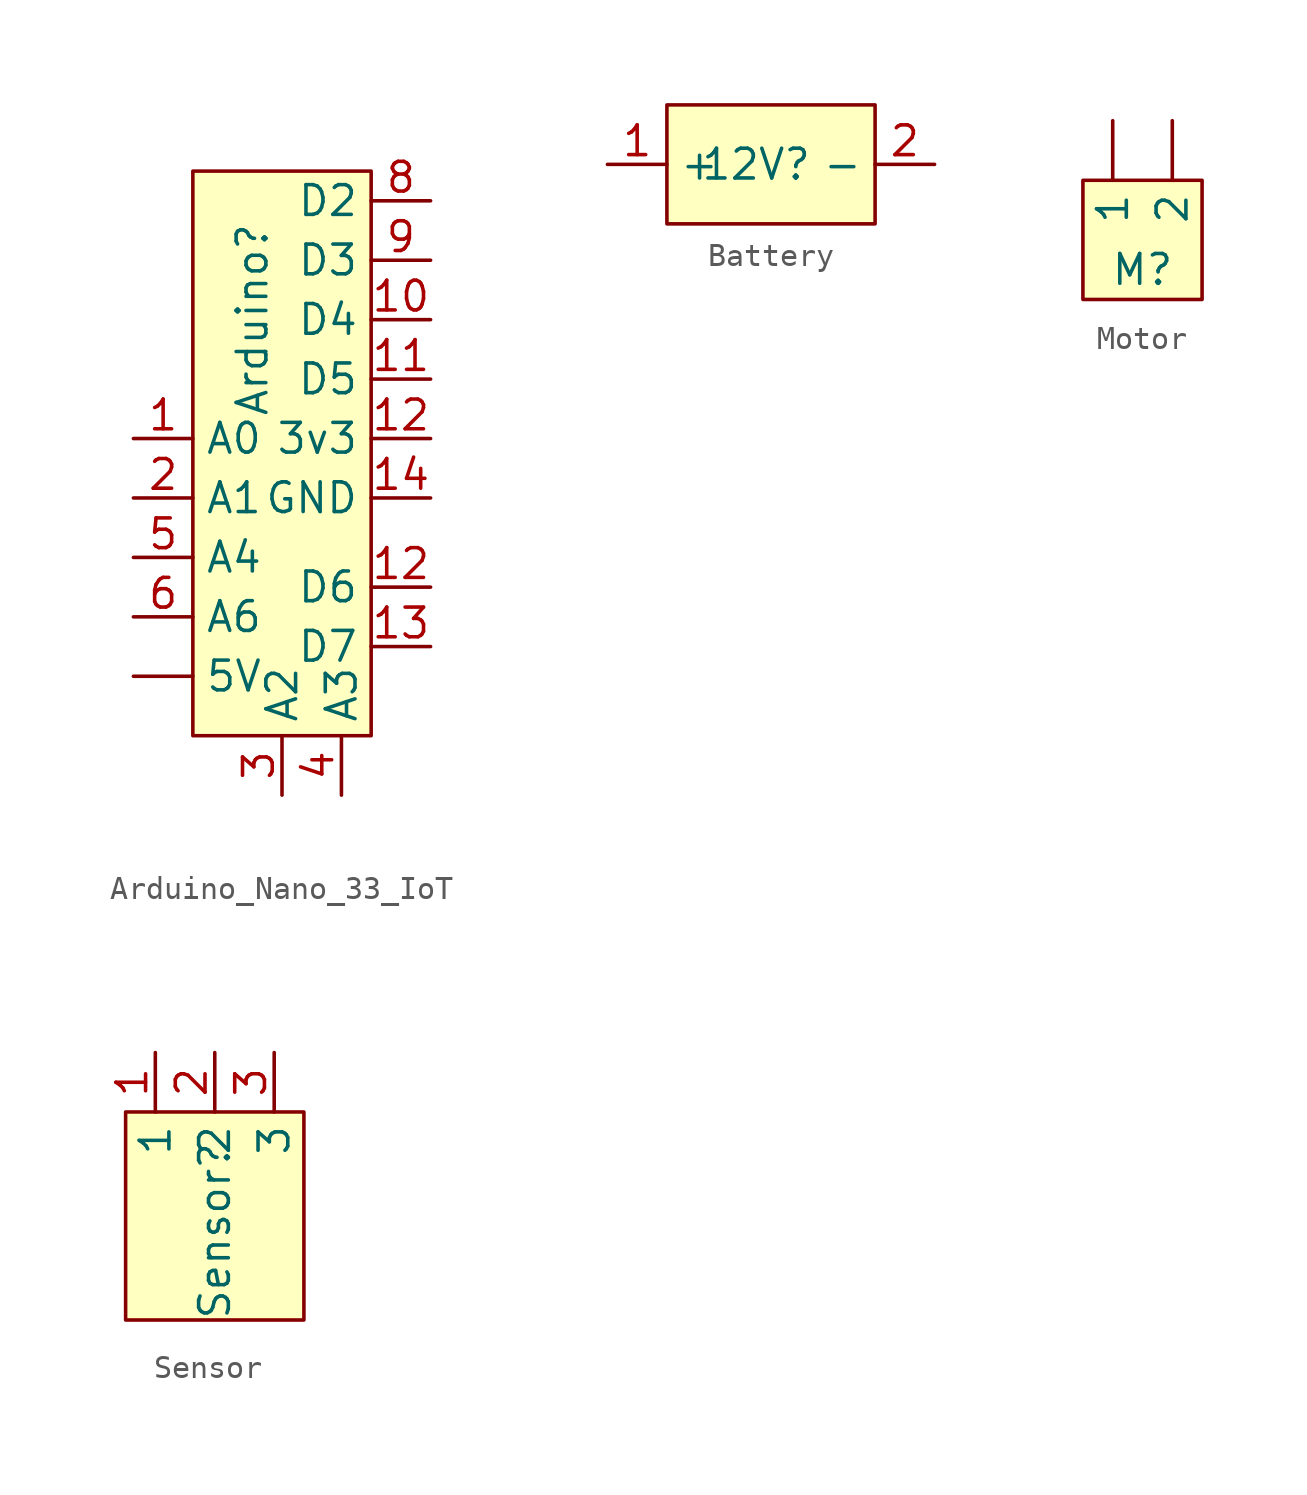
<source format=kicad_sym>
(kicad_symbol_lib
  (version 20220914)
  (generator kicad_symbol_editor)
  (symbol "Arduino_Nano_33_IoT"
    (property "Reference" "Arduino"
      (at -1.27 8.89 90)
      (effects (font (size 1.27 1.27))))
    (property "Value" ""
      (at 0 0 0)
      (effects (font (size 1.27 1.27))))
    (symbol "Arduino_Nano_33_IoT_0_1"
      (rectangle (start -3.81 15.24) (end 3.81 -8.89) (stroke (width 0) (type default)) (fill (type background))))
    (symbol "Arduino_Nano_33_IoT_1_1"
      (pin input line (at -6.35 -6.35 0) (length 2.54) (name "5V" (effects (font (size 1.27 1.27)))) (number "" (effects (font (size 1.27 1.27)))))
      (pin bidirectional line (at -6.35 3.81 0) (length 2.54) (name "A0" (effects (font (size 1.27 1.27)))) (number "1" (effects (font (size 1.27 1.27)))))
      (pin bidirectional line (at 6.35 8.89 180) (length 2.54) (name "D4" (effects (font (size 1.27 1.27)))) (number "10" (effects (font (size 1.27 1.27)))))
      (pin bidirectional line (at 6.35 6.35 180) (length 2.54) (name "D5" (effects (font (size 1.27 1.27)))) (number "11" (effects (font (size 1.27 1.27)))))
      (pin bidirectional line (at 6.35 3.81 180) (length 2.54) (name "3v3" (effects (font (size 1.27 1.27)))) (number "12" (effects (font (size 1.27 1.27)))))
      (pin bidirectional line (at 6.35 -2.54 180) (length 2.54) (name "D6" (effects (font (size 1.27 1.27)))) (number "12" (effects (font (size 1.27 1.27)))))
      (pin bidirectional line (at 6.35 -5.08 180) (length 2.54) (name "D7" (effects (font (size 1.27 1.27)))) (number "13" (effects (font (size 1.27 1.27)))))
      (pin bidirectional line (at 6.35 1.27 180) (length 2.54) (name "GND" (effects (font (size 1.27 1.27)))) (number "14" (effects (font (size 1.27 1.27)))))
      (pin bidirectional line (at -6.35 1.27 0) (length 2.54) (name "A1" (effects (font (size 1.27 1.27)))) (number "2" (effects (font (size 1.27 1.27)))))
      (pin bidirectional line (at 0 -11.43 90) (length 2.54) (name "A2" (effects (font (size 1.27 1.27)))) (number "3" (effects (font (size 1.27 1.27)))))
      (pin bidirectional line (at 2.54 -11.43 90) (length 2.54) (name "A3" (effects (font (size 1.27 1.27)))) (number "4" (effects (font (size 1.27 1.27)))))
      (pin bidirectional line (at -6.35 -1.27 0) (length 2.54) (name "A4" (effects (font (size 1.27 1.27)))) (number "5" (effects (font (size 1.27 1.27)))))
      (pin bidirectional line (at -6.35 -3.81 0) (length 2.54) (name "A6" (effects (font (size 1.27 1.27)))) (number "6" (effects (font (size 1.27 1.27)))))
      (pin bidirectional line (at 6.35 13.97 180) (length 2.54) (name "D2" (effects (font (size 1.27 1.27)))) (number "8" (effects (font (size 1.27 1.27)))))
      (pin bidirectional line (at 6.35 11.43 180) (length 2.54) (name "D3" (effects (font (size 1.27 1.27)))) (number "9" (effects (font (size 1.27 1.27)))))))
  (symbol "Battery"
    (property "Reference" "12V"
      (at 0 0 0)
      (effects (font (size 1.27 1.27))))
    (property "Value" ""
      (at 0 0 0)
      (effects (font (size 1.27 1.27))))
    (symbol "Battery_0_1"
      (rectangle (start -3.81 2.54) (end 5.08 -2.54) (stroke (width 0) (type default)) (fill (type background))))
    (symbol "Battery_1_1"
      (pin output line (at -6.35 0 0) (length 2.54) (name "+" (effects (font (size 1.27 1.27)))) (number "1" (effects (font (size 1.27 1.27)))))
      (pin output line (at 7.62 0 180) (length 2.54) (name "-" (effects (font (size 1.27 1.27)))) (number "2" (effects (font (size 1.27 1.27)))))))
  (symbol "Motor"
    (property "Reference" "M"
      (at 0 -1.27 0)
      (effects (font (size 1.27 1.27))))
    (property "Value" ""
      (at 0 0 0)
      (effects (font (size 1.27 1.27))))
    (symbol "Motor_0_1"
      (rectangle (start -2.54 2.54) (end 2.54 -2.54) (stroke (width 0) (type default)) (fill (type background))))
    (symbol "Motor_1_1"
      (pin bidirectional line (at -1.27 5.08 270) (length 2.54) (name "1" (effects (font (size 1.27 1.27)))) (number "" (effects (font (size 1.27 1.27)))))
      (pin bidirectional line (at 1.27 5.08 270) (length 2.54) (name "2" (effects (font (size 1.27 1.27)))) (number "" (effects (font (size 1.27 1.27)))))))
  (symbol "Sensor"
    (property "Reference" "Sensor"
      (at 0 -1.27 90)
      (effects (font (size 1.27 1.27))))
    (property "Value" ""
      (at 0 0 0)
      (effects (font (size 1.27 1.27))))
    (symbol "Sensor_0_1"
      (rectangle (start -3.81 3.81) (end 3.81 -5.08) (stroke (width 0) (type default)) (fill (type background))))
    (symbol "Sensor_1_1"
      (pin bidirectional line (at -2.54 6.35 270) (length 2.54) (name "1" (effects (font (size 1.27 1.27)))) (number "1" (effects (font (size 1.27 1.27)))))
      (pin bidirectional line (at 0 6.35 270) (length 2.54) (name "2" (effects (font (size 1.27 1.27)))) (number "2" (effects (font (size 1.27 1.27)))))
      (pin bidirectional line (at 2.54 6.35 270) (length 2.54) (name "3" (effects (font (size 1.27 1.27)))) (number "3" (effects (font (size 1.27 1.27))))))))
</source>
